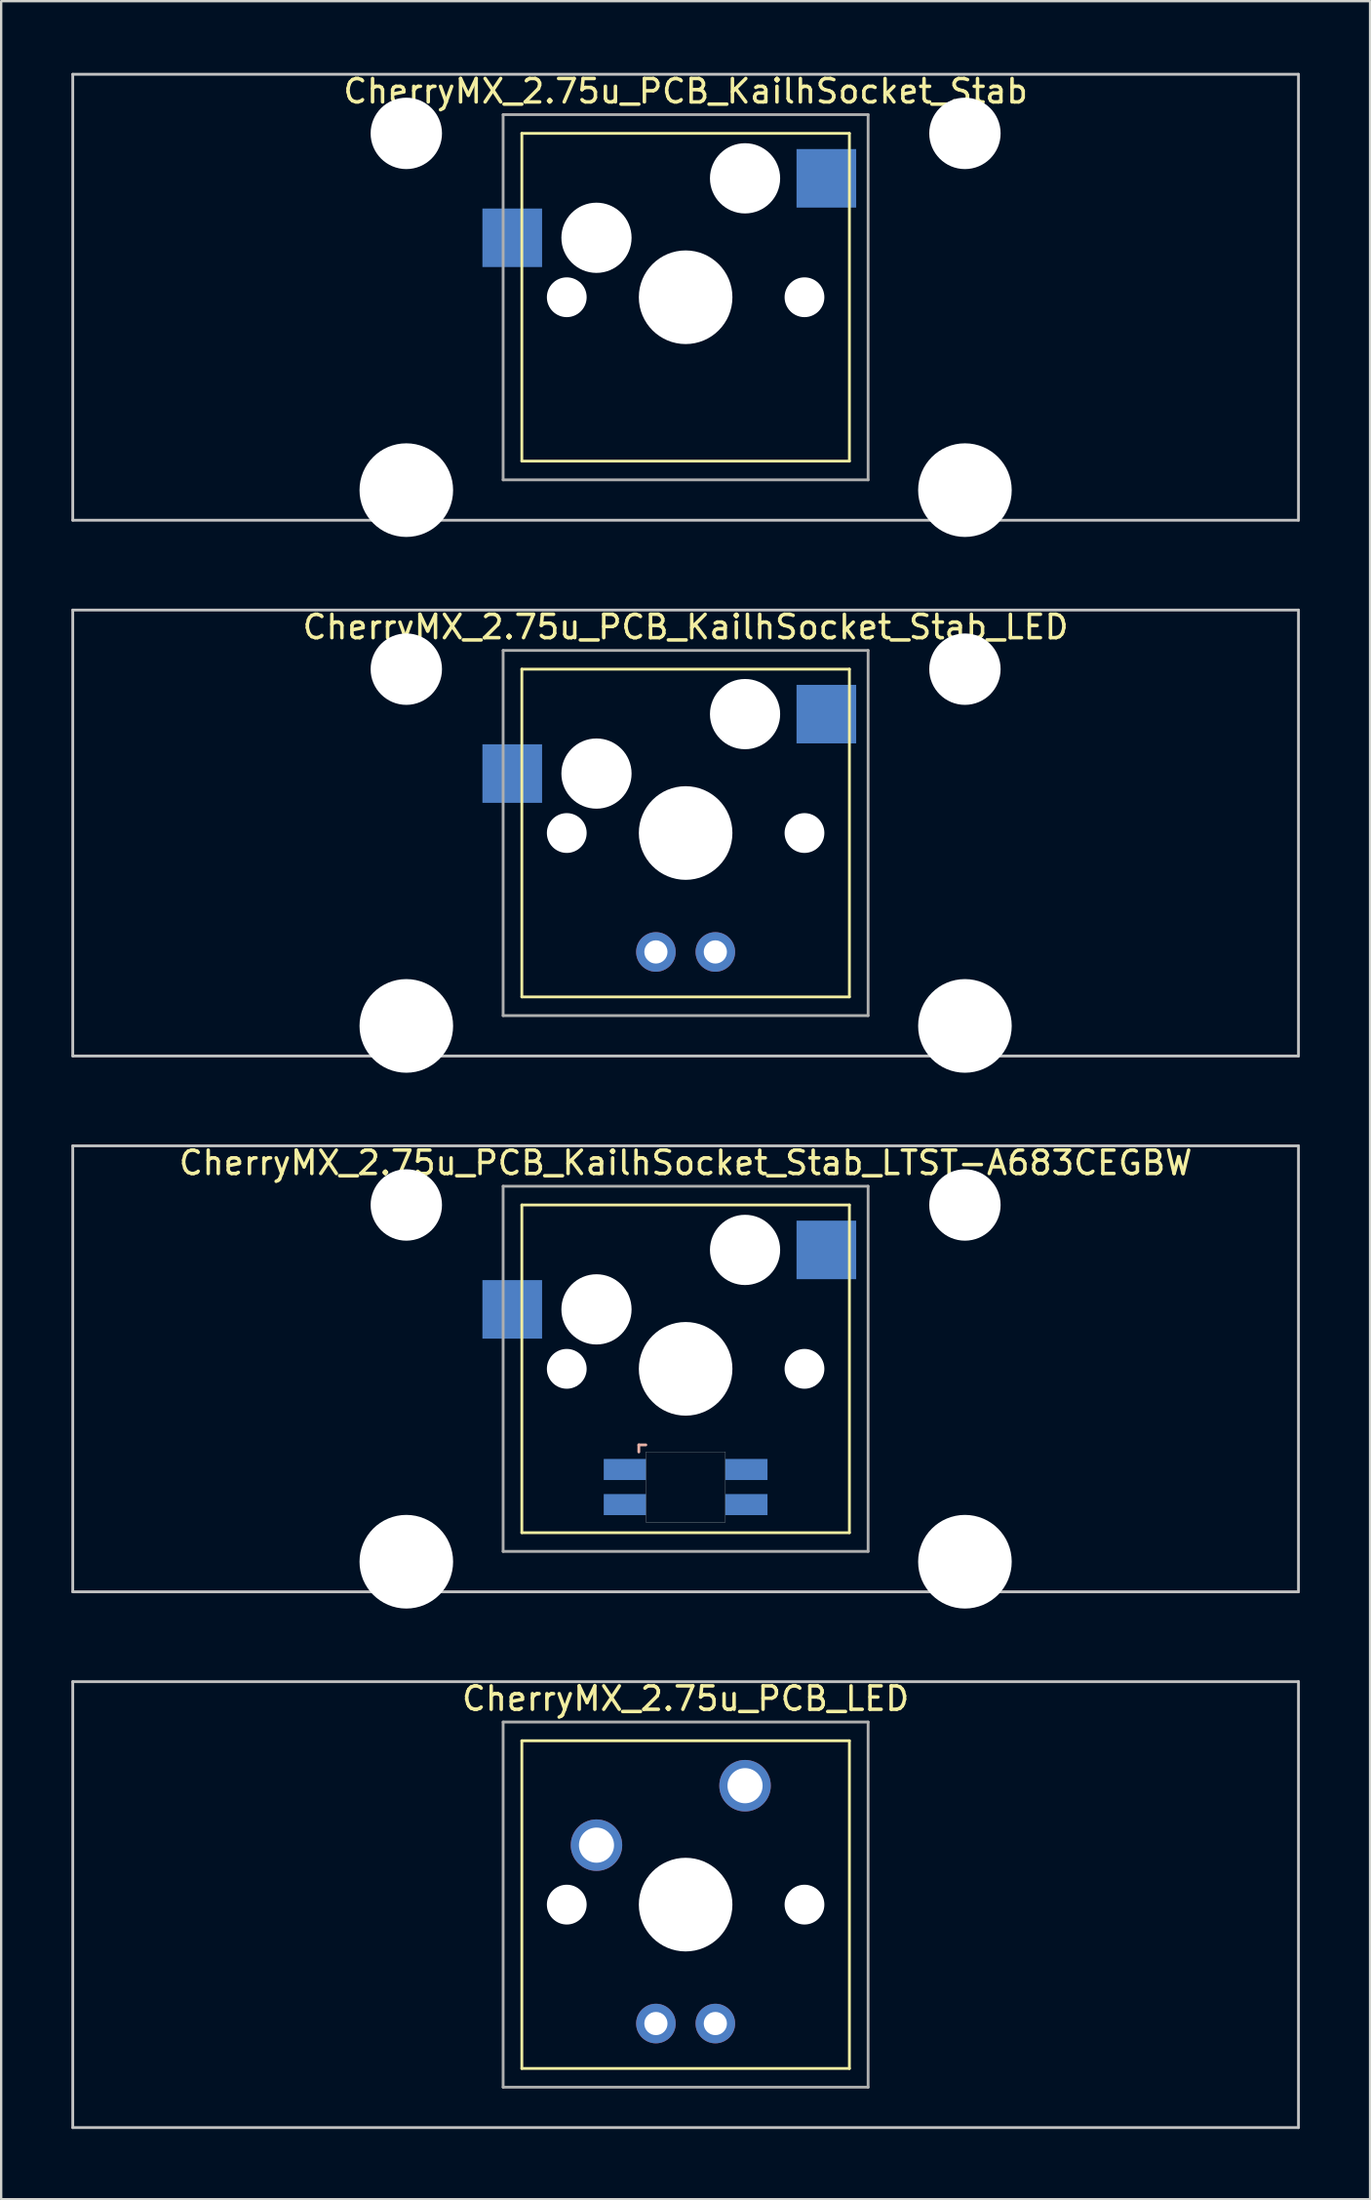
<source format=kicad_pcb>
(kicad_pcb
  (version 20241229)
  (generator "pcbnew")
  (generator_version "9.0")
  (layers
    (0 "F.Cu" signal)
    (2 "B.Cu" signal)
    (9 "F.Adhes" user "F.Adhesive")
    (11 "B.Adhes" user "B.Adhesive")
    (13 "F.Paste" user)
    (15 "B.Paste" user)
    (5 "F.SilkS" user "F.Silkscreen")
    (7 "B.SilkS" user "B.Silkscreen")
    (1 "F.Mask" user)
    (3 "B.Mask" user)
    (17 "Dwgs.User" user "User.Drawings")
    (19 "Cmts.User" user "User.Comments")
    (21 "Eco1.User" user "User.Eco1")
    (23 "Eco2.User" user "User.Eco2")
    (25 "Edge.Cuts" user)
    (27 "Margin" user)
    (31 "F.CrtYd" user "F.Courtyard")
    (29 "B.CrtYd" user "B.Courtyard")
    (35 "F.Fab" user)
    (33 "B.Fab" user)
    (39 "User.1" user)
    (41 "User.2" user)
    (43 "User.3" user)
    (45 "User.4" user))
  (footprint "CherryMX_2.75u_PCB_KailhSocket_Stab_LED"
    (layer "F.Cu")
    (at 26.254 32.536)
    (property "Reference" "CherryMX_2.75u_PCB_KailhSocket_Stab_LED" (at 0 -8.8 0) (layer "F.SilkS") (effects (font (size 1 1) (thickness 0.15))))
    (attr through_hole)
    (fp_line (start -7 -7) (end -7 7) (stroke (width 0.12) (type solid)) (layer "F.SilkS"))
    (fp_line (start -7 -7) (end 7 -7) (stroke (width 0.12) (type solid)) (layer "F.SilkS"))
    (fp_line (start 7 -7) (end 7 7) (stroke (width 0.12) (type solid)) (layer "F.SilkS"))
    (fp_line (start 7 7) (end -7 7) (stroke (width 0.12) (type solid)) (layer "F.SilkS"))
    (fp_line (start -26.194 -9.525) (end 26.194 -9.525) (stroke (width 0.12) (type solid)) (layer "Dwgs.User"))
    (fp_line (start -26.194 9.525) (end -26.194 -9.525) (stroke (width 0.12) (type solid)) (layer "Dwgs.User"))
    (fp_line (start 26.194 -9.525) (end 26.194 9.525) (stroke (width 0.12) (type solid)) (layer "Dwgs.User"))
    (fp_line (start 26.194 9.525) (end -26.194 9.525) (stroke (width 0.12) (type solid)) (layer "Dwgs.User"))
    (fp_line (start -7.8 -7.8) (end -7.8 7.8) (stroke (width 0.12) (type solid)) (layer "F.Fab"))
    (fp_line (start -7.8 -7.8) (end 7.8 -7.8) (stroke (width 0.12) (type solid)) (layer "F.Fab"))
    (fp_line (start -7.8 7.8) (end 7.8 7.8) (stroke (width 0.12) (type solid)) (layer "F.Fab"))
    (fp_line (start 7.8 -7.8) (end 7.8 7.8) (stroke (width 0.12) (type solid)) (layer "F.Fab"))
    (pad "" np_thru_hole circle (at -11.938 -7) (size 3.05 3.05) (drill 3.05) (layers "*.Cu" "*.Mask"))
    (pad "" np_thru_hole circle (at -11.938 8.24) (size 4 4) (drill 4) (layers "*.Cu" "*.Mask"))
    (pad "" np_thru_hole circle (at -5.08 0) (size 1.7 1.7) (drill 1.7) (layers "*.Cu" "*.Mask"))
    (pad "" np_thru_hole circle (at -3.81 -2.54) (size 3 3) (drill 3) (layers "*.Cu" "*.Mask"))
    (pad "" np_thru_hole circle (at 0 0) (size 4 4) (drill 4) (layers "*.Cu" "*.Mask"))
    (pad "" np_thru_hole circle (at 2.54 -5.08) (size 3 3) (drill 3) (layers "*.Cu" "*.Mask"))
    (pad "" np_thru_hole circle (at 5.08 0) (size 1.7 1.7) (drill 1.7) (layers "*.Cu" "*.Mask"))
    (pad "" np_thru_hole circle (at 11.938 -7) (size 3.05 3.05) (drill 3.05) (layers "*.Cu" "*.Mask"))
    (pad "" np_thru_hole circle (at 11.938 8.24) (size 4 4) (drill 4) (layers "*.Cu" "*.Mask"))
    (pad "1" smd rect (at -7.41 -2.54) (size 2.55 2.5) (layers "B.Cu" "B.Mask" "B.Paste"))
    (pad "2" smd rect (at 6.015 -5.08) (size 2.55 2.5) (layers "B.Cu" "B.Mask" "B.Paste"))
    (pad "3" thru_hole circle (at -1.27 5.08) (size 1.691 1.691) (drill 0.991) (layers "*.Cu" "*.Mask"))
    (pad "4" thru_hole circle (at 1.27 5.08) (size 1.691 1.691) (drill 0.991) (layers "*.Cu" "*.Mask")))
  (footprint "CherryMX_2.75u_PCB_LED"
    (layer "F.Cu")
    (at 26.254 78.313)
    (property "Reference" "CherryMX_2.75u_PCB_LED" (at 0 -8.8 0) (layer "F.SilkS") (effects (font (size 1 1) (thickness 0.15))))
    (attr through_hole)
    (fp_line (start -7 -7) (end -7 7) (stroke (width 0.12) (type solid)) (layer "F.SilkS"))
    (fp_line (start -7 -7) (end 7 -7) (stroke (width 0.12) (type solid)) (layer "F.SilkS"))
    (fp_line (start 7 -7) (end 7 7) (stroke (width 0.12) (type solid)) (layer "F.SilkS"))
    (fp_line (start 7 7) (end -7 7) (stroke (width 0.12) (type solid)) (layer "F.SilkS"))
    (fp_line (start -26.194 -9.525) (end 26.194 -9.525) (stroke (width 0.12) (type solid)) (layer "Dwgs.User"))
    (fp_line (start -26.194 9.525) (end -26.194 -9.525) (stroke (width 0.12) (type solid)) (layer "Dwgs.User"))
    (fp_line (start 26.194 -9.525) (end 26.194 9.525) (stroke (width 0.12) (type solid)) (layer "Dwgs.User"))
    (fp_line (start 26.194 9.525) (end -26.194 9.525) (stroke (width 0.12) (type solid)) (layer "Dwgs.User"))
    (fp_line (start -7.8 -7.8) (end -7.8 7.8) (stroke (width 0.12) (type solid)) (layer "F.Fab"))
    (fp_line (start -7.8 -7.8) (end 7.8 -7.8) (stroke (width 0.12) (type solid)) (layer "F.Fab"))
    (fp_line (start -7.8 7.8) (end 7.8 7.8) (stroke (width 0.12) (type solid)) (layer "F.Fab"))
    (fp_line (start 7.8 -7.8) (end 7.8 7.8) (stroke (width 0.12) (type solid)) (layer "F.Fab"))
    (pad "" np_thru_hole circle (at -5.08 0) (size 1.7 1.7) (drill 1.7) (layers "*.Cu" "*.Mask"))
    (pad "" np_thru_hole circle (at 0 0) (size 4 4) (drill 4) (layers "*.Cu" "*.Mask"))
    (pad "" np_thru_hole circle (at 5.08 0) (size 1.7 1.7) (drill 1.7) (layers "*.Cu" "*.Mask"))
    (pad "1" thru_hole circle (at -3.81 -2.54) (size 2.2 2.2) (drill 1.5) (layers "*.Cu" "*.Mask"))
    (pad "2" thru_hole circle (at 2.54 -5.08) (size 2.2 2.2) (drill 1.5) (layers "*.Cu" "*.Mask"))
    (pad "3" thru_hole circle (at -1.27 5.08) (size 1.691 1.691) (drill 0.991) (layers "*.Cu" "*.Mask"))
    (pad "4" thru_hole circle (at 1.27 5.08) (size 1.691 1.691) (drill 0.991) (layers "*.Cu" "*.Mask")))
  (footprint "CherryMX_2.75u_PCB_KailhSocket_Stab"
    (layer "F.Cu")
    (at 26.254 9.648)
    (property "Reference" "CherryMX_2.75u_PCB_KailhSocket_Stab" (at 0 -8.8 0) (layer "F.SilkS") (effects (font (size 1 1) (thickness 0.15))))
    (attr through_hole)
    (fp_line (start -7 -7) (end -7 7) (stroke (width 0.12) (type solid)) (layer "F.SilkS"))
    (fp_line (start -7 -7) (end 7 -7) (stroke (width 0.12) (type solid)) (layer "F.SilkS"))
    (fp_line (start 7 -7) (end 7 7) (stroke (width 0.12) (type solid)) (layer "F.SilkS"))
    (fp_line (start 7 7) (end -7 7) (stroke (width 0.12) (type solid)) (layer "F.SilkS"))
    (fp_line (start -26.194 -9.525) (end 26.194 -9.525) (stroke (width 0.12) (type solid)) (layer "Dwgs.User"))
    (fp_line (start -26.194 9.525) (end -26.194 -9.525) (stroke (width 0.12) (type solid)) (layer "Dwgs.User"))
    (fp_line (start 26.194 -9.525) (end 26.194 9.525) (stroke (width 0.12) (type solid)) (layer "Dwgs.User"))
    (fp_line (start 26.194 9.525) (end -26.194 9.525) (stroke (width 0.12) (type solid)) (layer "Dwgs.User"))
    (fp_line (start -7.8 -7.8) (end -7.8 7.8) (stroke (width 0.12) (type solid)) (layer "F.Fab"))
    (fp_line (start -7.8 -7.8) (end 7.8 -7.8) (stroke (width 0.12) (type solid)) (layer "F.Fab"))
    (fp_line (start -7.8 7.8) (end 7.8 7.8) (stroke (width 0.12) (type solid)) (layer "F.Fab"))
    (fp_line (start 7.8 -7.8) (end 7.8 7.8) (stroke (width 0.12) (type solid)) (layer "F.Fab"))
    (pad "" np_thru_hole circle (at -11.938 -7) (size 3.05 3.05) (drill 3.05) (layers "*.Cu" "*.Mask"))
    (pad "" np_thru_hole circle (at -11.938 8.24) (size 4 4) (drill 4) (layers "*.Cu" "*.Mask"))
    (pad "" np_thru_hole circle (at -5.08 0) (size 1.7 1.7) (drill 1.7) (layers "*.Cu" "*.Mask"))
    (pad "" np_thru_hole circle (at -3.81 -2.54) (size 3 3) (drill 3) (layers "*.Cu" "*.Mask"))
    (pad "" np_thru_hole circle (at 0 0) (size 4 4) (drill 4) (layers "*.Cu" "*.Mask"))
    (pad "" np_thru_hole circle (at 2.54 -5.08) (size 3 3) (drill 3) (layers "*.Cu" "*.Mask"))
    (pad "" np_thru_hole circle (at 5.08 0) (size 1.7 1.7) (drill 1.7) (layers "*.Cu" "*.Mask"))
    (pad "" np_thru_hole circle (at 11.938 -7) (size 3.05 3.05) (drill 3.05) (layers "*.Cu" "*.Mask"))
    (pad "" np_thru_hole circle (at 11.938 8.24) (size 4 4) (drill 4) (layers "*.Cu" "*.Mask"))
    (pad "1" smd rect (at -7.41 -2.54) (size 2.55 2.5) (layers "B.Cu" "B.Mask" "B.Paste"))
    (pad "2" smd rect (at 6.015 -5.08) (size 2.55 2.5) (layers "B.Cu" "B.Mask" "B.Paste")))
  (footprint "CherryMX_2.75u_PCB_KailhSocket_Stab_LTST-A683CEGBW"
    (layer "F.Cu")
    (at 26.254 55.425)
    (property "Reference" "CherryMX_2.75u_PCB_KailhSocket_Stab_LTST-A683CEGBW" (at 0 -8.8 0) (layer "F.SilkS") (effects (font (size 1 1) (thickness 0.15))))
    (attr through_hole)
    (fp_line (start -7 -7) (end -7 7) (stroke (width 0.12) (type solid)) (layer "F.SilkS"))
    (fp_line (start -7 -7) (end 7 -7) (stroke (width 0.12) (type solid)) (layer "F.SilkS"))
    (fp_line (start 7 -7) (end 7 7) (stroke (width 0.12) (type solid)) (layer "F.SilkS"))
    (fp_line (start 7 7) (end -7 7) (stroke (width 0.12) (type solid)) (layer "F.SilkS"))
    (fp_line (start -2 3.25) (end -2 3.55) (stroke (width 0.12) (type solid)) (layer "B.SilkS"))
    (fp_line (start -1.7 3.25) (end -2 3.25) (stroke (width 0.12) (type solid)) (layer "B.SilkS"))
    (fp_line (start -26.194 -9.525) (end 26.194 -9.525) (stroke (width 0.12) (type solid)) (layer "Dwgs.User"))
    (fp_line (start -26.194 9.525) (end -26.194 -9.525) (stroke (width 0.12) (type solid)) (layer "Dwgs.User"))
    (fp_line (start 26.194 -9.525) (end 26.194 9.525) (stroke (width 0.12) (type solid)) (layer "Dwgs.User"))
    (fp_line (start 26.194 9.525) (end -26.194 9.525) (stroke (width 0.12) (type solid)) (layer "Dwgs.User"))
    (fp_poly (pts (xy 1.7 6.55) (xy -1.7 6.55) (xy -1.7 3.55) (xy 1.7 3.55)) (stroke (width 0.01) (type solid)) (fill no) (layer "Edge.Cuts"))
    (fp_line (start -7.8 -7.8) (end -7.8 7.8) (stroke (width 0.12) (type solid)) (layer "F.Fab"))
    (fp_line (start -7.8 -7.8) (end 7.8 -7.8) (stroke (width 0.12) (type solid)) (layer "F.Fab"))
    (fp_line (start -7.8 7.8) (end 7.8 7.8) (stroke (width 0.12) (type solid)) (layer "F.Fab"))
    (fp_line (start 7.8 -7.8) (end 7.8 7.8) (stroke (width 0.12) (type solid)) (layer "F.Fab"))
    (pad "" np_thru_hole circle (at -11.938 -7) (size 3.05 3.05) (drill 3.05) (layers "*.Cu" "*.Mask"))
    (pad "" np_thru_hole circle (at -11.938 8.24) (size 4 4) (drill 4) (layers "*.Cu" "*.Mask"))
    (pad "" np_thru_hole circle (at -5.08 0) (size 1.7 1.7) (drill 1.7) (layers "*.Cu" "*.Mask"))
    (pad "" np_thru_hole circle (at -3.81 -2.54) (size 3 3) (drill 3) (layers "*.Cu" "*.Mask"))
    (pad "" np_thru_hole circle (at 0 0) (size 4 4) (drill 4) (layers "*.Cu" "*.Mask"))
    (pad "" np_thru_hole circle (at 2.54 -5.08) (size 3 3) (drill 3) (layers "*.Cu" "*.Mask"))
    (pad "" np_thru_hole circle (at 5.08 0) (size 1.7 1.7) (drill 1.7) (layers "*.Cu" "*.Mask"))
    (pad "" np_thru_hole circle (at 11.938 -7) (size 3.05 3.05) (drill 3.05) (layers "*.Cu" "*.Mask"))
    (pad "" np_thru_hole circle (at 11.938 8.24) (size 4 4) (drill 4) (layers "*.Cu" "*.Mask"))
    (pad "1" smd rect (at -7.41 -2.54) (size 2.55 2.5) (layers "B.Cu" "B.Mask" "B.Paste"))
    (pad "2" smd rect (at 6.015 -5.08) (size 2.55 2.5) (layers "B.Cu" "B.Mask" "B.Paste"))
    (pad "3" smd rect (at -2.6 4.3) (size 1.8 0.9) (layers "B.Cu" "B.Mask" "B.Paste"))
    (pad "4" smd rect (at -2.6 5.8) (size 1.8 0.9) (layers "B.Cu" "B.Mask" "B.Paste"))
    (pad "5" smd rect (at 2.6 4.3) (size 1.8 0.9) (layers "B.Cu" "B.Mask" "B.Paste"))
    (pad "6" smd rect (at 2.6 5.8) (size 1.8 0.9) (layers "B.Cu" "B.Mask" "B.Paste")))
  (gr_rect
    (start -3 -3)
    (end 55.508 90.898)
    (stroke (width 0.1) (type default))
    (fill no)
    (layer "Edge.Cuts")))
</source>
